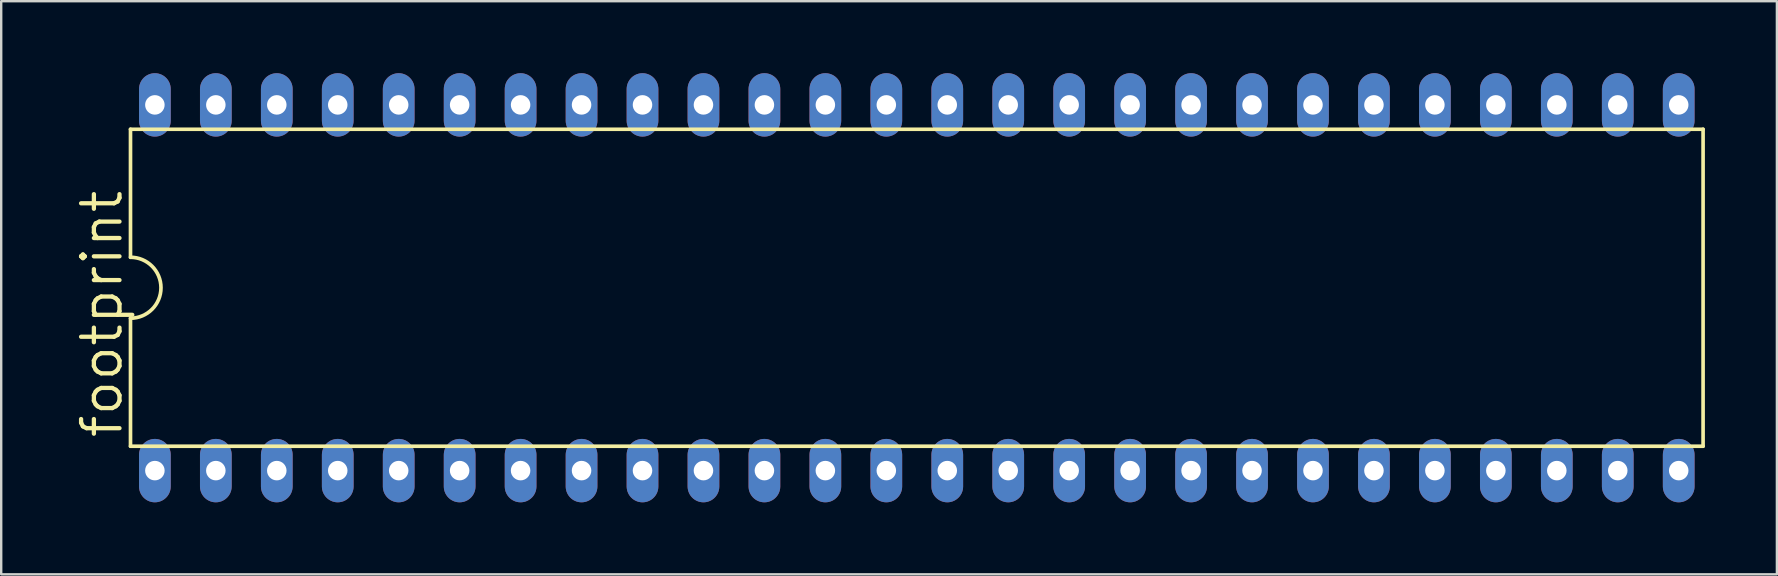
<source format=kicad_pcb>
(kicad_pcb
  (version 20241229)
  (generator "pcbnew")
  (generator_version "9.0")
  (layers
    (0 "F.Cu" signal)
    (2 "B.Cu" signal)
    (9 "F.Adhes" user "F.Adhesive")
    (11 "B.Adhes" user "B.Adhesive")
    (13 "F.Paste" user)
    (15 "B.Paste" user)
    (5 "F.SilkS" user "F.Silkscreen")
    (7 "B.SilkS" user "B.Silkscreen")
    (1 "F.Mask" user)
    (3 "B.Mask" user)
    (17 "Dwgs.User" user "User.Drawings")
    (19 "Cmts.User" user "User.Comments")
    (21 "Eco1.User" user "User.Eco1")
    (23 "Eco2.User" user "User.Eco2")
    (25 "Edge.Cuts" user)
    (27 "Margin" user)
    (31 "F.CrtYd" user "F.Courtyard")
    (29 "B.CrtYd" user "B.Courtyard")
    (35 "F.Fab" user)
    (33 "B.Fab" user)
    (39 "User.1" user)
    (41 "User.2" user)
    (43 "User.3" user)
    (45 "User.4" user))
  (footprint "footprint"
    (layer "F.Cu")
    (at 35.154 8.941)
    (property "Reference" "footprint" (at -33.02 6.35 90) (layer "F.SilkS") (effects (font (size 1.6 1.6) (thickness 0.178)) (justify left bottom)))
    (fp_line (start -32.766 -6.604) (end 32.766 -6.604) (stroke (width 0.152) (type solid)) (layer "F.SilkS"))
    (fp_line (start -32.766 -1.27) (end -32.766 -6.604) (stroke (width 0.152) (type solid)) (layer "F.SilkS"))
    (fp_line (start -32.766 1.27) (end -32.766 6.604) (stroke (width 0.152) (type solid)) (layer "F.SilkS"))
    (fp_line (start -32.766 6.604) (end 32.766 6.604) (stroke (width 0.152) (type solid)) (layer "F.SilkS"))
    (fp_line (start 32.766 6.604) (end 32.766 -6.604) (stroke (width 0.152) (type solid)) (layer "F.SilkS"))
    (fp_arc (start -32.766 -1.27) (mid -31.496 0) (end -32.766 1.27) (stroke (width 0.1524) (type solid)) (layer "F.SilkS"))
    (pad "1" thru_hole oval (at -31.75 7.62 90) (size 2.642 1.321) (drill 0.813) (layers "*.Cu" "*.Mask"))
    (pad "2" thru_hole oval (at -29.21 7.62 90) (size 2.642 1.321) (drill 0.813) (layers "*.Cu" "*.Mask"))
    (pad "3" thru_hole oval (at -26.67 7.62 90) (size 2.642 1.321) (drill 0.813) (layers "*.Cu" "*.Mask"))
    (pad "4" thru_hole oval (at -24.13 7.62 90) (size 2.642 1.321) (drill 0.813) (layers "*.Cu" "*.Mask"))
    (pad "5" thru_hole oval (at -21.59 7.62 90) (size 2.642 1.321) (drill 0.813) (layers "*.Cu" "*.Mask"))
    (pad "6" thru_hole oval (at -19.05 7.62 90) (size 2.642 1.321) (drill 0.813) (layers "*.Cu" "*.Mask"))
    (pad "7" thru_hole oval (at -16.51 7.62 90) (size 2.642 1.321) (drill 0.813) (layers "*.Cu" "*.Mask"))
    (pad "8" thru_hole oval (at -13.97 7.62 90) (size 2.642 1.321) (drill 0.813) (layers "*.Cu" "*.Mask"))
    (pad "9" thru_hole oval (at -11.43 7.62 90) (size 2.642 1.321) (drill 0.813) (layers "*.Cu" "*.Mask"))
    (pad "10" thru_hole oval (at -8.89 7.62 90) (size 2.642 1.321) (drill 0.813) (layers "*.Cu" "*.Mask"))
    (pad "11" thru_hole oval (at -6.35 7.62 90) (size 2.642 1.321) (drill 0.813) (layers "*.Cu" "*.Mask"))
    (pad "12" thru_hole oval (at -3.81 7.62 90) (size 2.642 1.321) (drill 0.813) (layers "*.Cu" "*.Mask"))
    (pad "13" thru_hole oval (at -1.27 7.62 90) (size 2.642 1.321) (drill 0.813) (layers "*.Cu" "*.Mask"))
    (pad "14" thru_hole oval (at 1.27 7.62 90) (size 2.642 1.321) (drill 0.813) (layers "*.Cu" "*.Mask"))
    (pad "15" thru_hole oval (at 3.81 7.62 90) (size 2.642 1.321) (drill 0.813) (layers "*.Cu" "*.Mask"))
    (pad "16" thru_hole oval (at 6.35 7.62 90) (size 2.642 1.321) (drill 0.813) (layers "*.Cu" "*.Mask"))
    (pad "17" thru_hole oval (at 8.89 7.62 90) (size 2.642 1.321) (drill 0.813) (layers "*.Cu" "*.Mask"))
    (pad "18" thru_hole oval (at 11.43 7.62 90) (size 2.642 1.321) (drill 0.813) (layers "*.Cu" "*.Mask"))
    (pad "19" thru_hole oval (at 13.97 7.62 90) (size 2.642 1.321) (drill 0.813) (layers "*.Cu" "*.Mask"))
    (pad "20" thru_hole oval (at 16.51 7.62 90) (size 2.642 1.321) (drill 0.813) (layers "*.Cu" "*.Mask"))
    (pad "21" thru_hole oval (at 19.05 7.62 90) (size 2.642 1.321) (drill 0.813) (layers "*.Cu" "*.Mask"))
    (pad "22" thru_hole oval (at 21.59 7.62 90) (size 2.642 1.321) (drill 0.813) (layers "*.Cu" "*.Mask"))
    (pad "23" thru_hole oval (at 24.13 7.62 90) (size 2.642 1.321) (drill 0.813) (layers "*.Cu" "*.Mask"))
    (pad "24" thru_hole oval (at 26.67 7.62 90) (size 2.642 1.321) (drill 0.813) (layers "*.Cu" "*.Mask"))
    (pad "25" thru_hole oval (at 29.21 7.62 90) (size 2.642 1.321) (drill 0.813) (layers "*.Cu" "*.Mask"))
    (pad "26" thru_hole oval (at 31.75 7.62 90) (size 2.642 1.321) (drill 0.813) (layers "*.Cu" "*.Mask"))
    (pad "27" thru_hole oval (at 31.75 -7.62 90) (size 2.642 1.321) (drill 0.813) (layers "*.Cu" "*.Mask"))
    (pad "28" thru_hole oval (at 29.21 -7.62 90) (size 2.642 1.321) (drill 0.813) (layers "*.Cu" "*.Mask"))
    (pad "29" thru_hole oval (at 26.67 -7.62 90) (size 2.642 1.321) (drill 0.813) (layers "*.Cu" "*.Mask"))
    (pad "30" thru_hole oval (at 24.13 -7.62 90) (size 2.642 1.321) (drill 0.813) (layers "*.Cu" "*.Mask"))
    (pad "31" thru_hole oval (at 21.59 -7.62 90) (size 2.642 1.321) (drill 0.813) (layers "*.Cu" "*.Mask"))
    (pad "32" thru_hole oval (at 19.05 -7.62 90) (size 2.642 1.321) (drill 0.813) (layers "*.Cu" "*.Mask"))
    (pad "33" thru_hole oval (at 16.51 -7.62 90) (size 2.642 1.321) (drill 0.813) (layers "*.Cu" "*.Mask"))
    (pad "34" thru_hole oval (at 13.97 -7.62 90) (size 2.642 1.321) (drill 0.813) (layers "*.Cu" "*.Mask"))
    (pad "35" thru_hole oval (at 11.43 -7.62 90) (size 2.642 1.321) (drill 0.813) (layers "*.Cu" "*.Mask"))
    (pad "36" thru_hole oval (at 8.89 -7.62 90) (size 2.642 1.321) (drill 0.813) (layers "*.Cu" "*.Mask"))
    (pad "37" thru_hole oval (at 6.35 -7.62 90) (size 2.642 1.321) (drill 0.813) (layers "*.Cu" "*.Mask"))
    (pad "38" thru_hole oval (at 3.81 -7.62 90) (size 2.642 1.321) (drill 0.813) (layers "*.Cu" "*.Mask"))
    (pad "39" thru_hole oval (at 1.27 -7.62 90) (size 2.642 1.321) (drill 0.813) (layers "*.Cu" "*.Mask"))
    (pad "40" thru_hole oval (at -1.27 -7.62 90) (size 2.642 1.321) (drill 0.813) (layers "*.Cu" "*.Mask"))
    (pad "41" thru_hole oval (at -3.81 -7.62 90) (size 2.642 1.321) (drill 0.813) (layers "*.Cu" "*.Mask"))
    (pad "42" thru_hole oval (at -6.35 -7.62 90) (size 2.642 1.321) (drill 0.813) (layers "*.Cu" "*.Mask"))
    (pad "43" thru_hole oval (at -8.89 -7.62 90) (size 2.642 1.321) (drill 0.813) (layers "*.Cu" "*.Mask"))
    (pad "44" thru_hole oval (at -11.43 -7.62 90) (size 2.642 1.321) (drill 0.813) (layers "*.Cu" "*.Mask"))
    (pad "45" thru_hole oval (at -13.97 -7.62 90) (size 2.642 1.321) (drill 0.813) (layers "*.Cu" "*.Mask"))
    (pad "46" thru_hole oval (at -16.51 -7.62 90) (size 2.642 1.321) (drill 0.813) (layers "*.Cu" "*.Mask"))
    (pad "47" thru_hole oval (at -19.05 -7.62 90) (size 2.642 1.321) (drill 0.813) (layers "*.Cu" "*.Mask"))
    (pad "48" thru_hole oval (at -21.59 -7.62 90) (size 2.642 1.321) (drill 0.813) (layers "*.Cu" "*.Mask"))
    (pad "49" thru_hole oval (at -24.13 -7.62 90) (size 2.642 1.321) (drill 0.813) (layers "*.Cu" "*.Mask"))
    (pad "50" thru_hole oval (at -26.67 -7.62 90) (size 2.642 1.321) (drill 0.813) (layers "*.Cu" "*.Mask"))
    (pad "51" thru_hole oval (at -29.21 -7.62 90) (size 2.642 1.321) (drill 0.813) (layers "*.Cu" "*.Mask"))
    (pad "52" thru_hole oval (at -31.75 -7.62 90) (size 2.642 1.321) (drill 0.813) (layers "*.Cu" "*.Mask")))
  (gr_rect
    (start -3 -3)
    (end 70.996 20.882)
    (stroke (width 0.1) (type default))
    (fill no)
    (layer "Edge.Cuts")))
</source>
